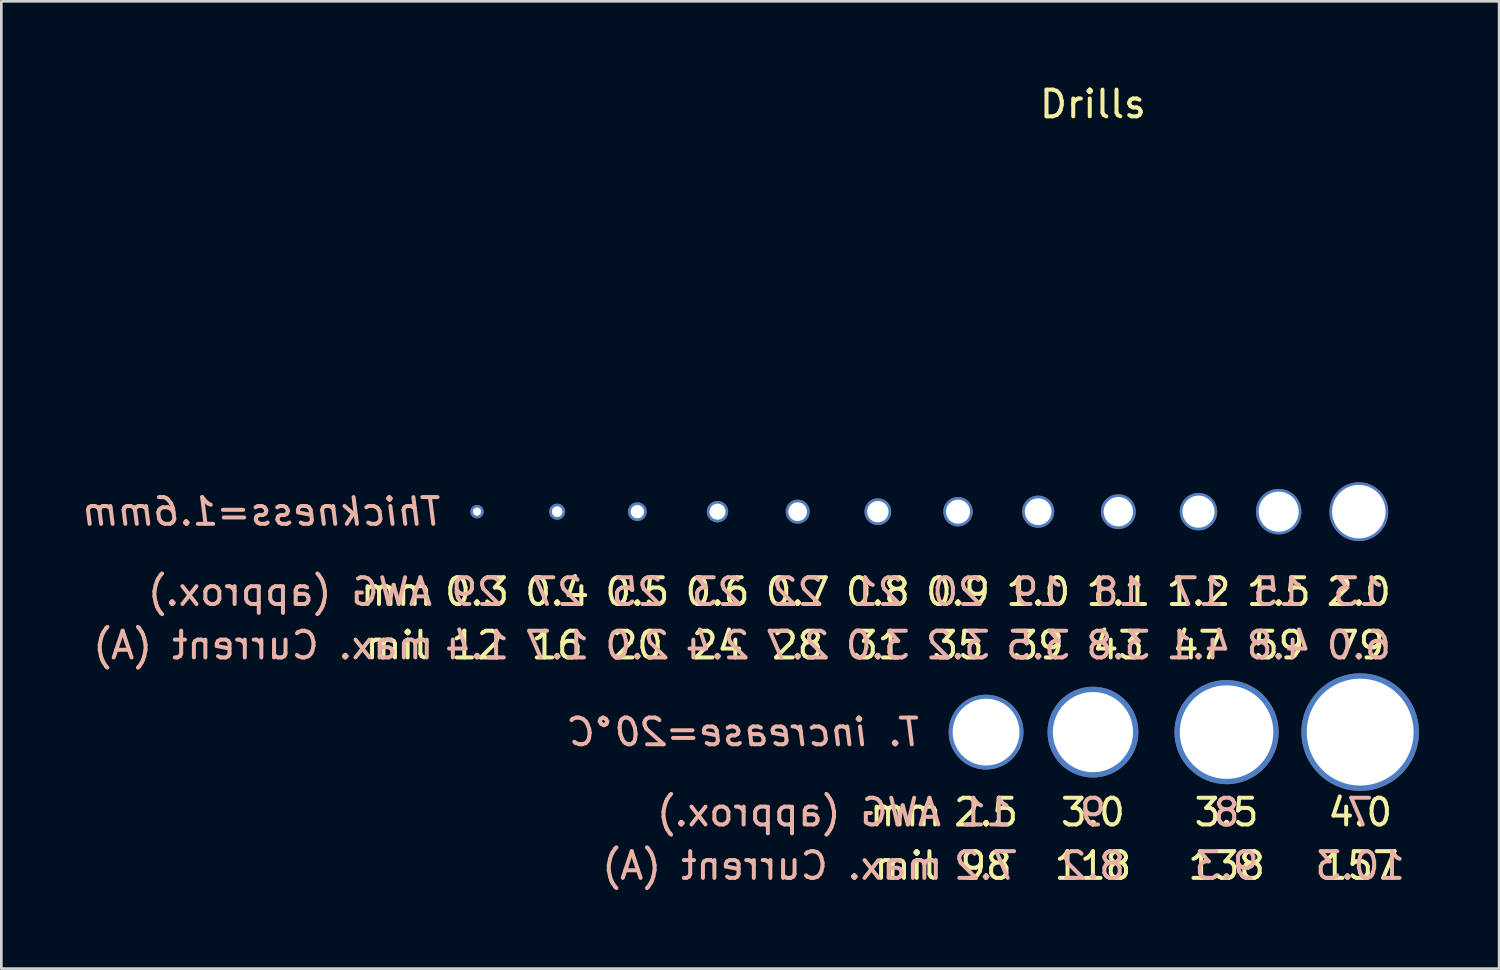
<source format=kicad_pcb>
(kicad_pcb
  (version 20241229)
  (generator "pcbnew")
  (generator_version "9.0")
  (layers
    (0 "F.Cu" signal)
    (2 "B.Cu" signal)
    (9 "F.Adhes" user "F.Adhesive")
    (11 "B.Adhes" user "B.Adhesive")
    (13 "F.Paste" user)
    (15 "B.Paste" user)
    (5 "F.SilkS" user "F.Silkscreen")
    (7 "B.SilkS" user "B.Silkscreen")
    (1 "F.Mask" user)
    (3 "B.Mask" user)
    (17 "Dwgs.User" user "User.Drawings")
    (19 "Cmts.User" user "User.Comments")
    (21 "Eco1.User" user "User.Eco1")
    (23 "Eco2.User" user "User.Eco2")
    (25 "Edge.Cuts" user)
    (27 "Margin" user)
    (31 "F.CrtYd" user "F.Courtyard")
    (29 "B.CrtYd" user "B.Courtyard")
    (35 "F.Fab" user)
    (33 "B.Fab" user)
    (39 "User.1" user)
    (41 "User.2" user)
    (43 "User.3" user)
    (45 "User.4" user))
  (footprint "Drills"
    (layer "F.Cu")
    (at 37.851 3.348)
    (property "Reference" "Drills" (at 0 -2.5 0) (layer "F.SilkS") (effects (font (size 1 1) (thickness 0.15))))
    (attr through_hole)
    (fp_text user "31" (at -8.05 17.75 0) (layer "F.SilkS") (effects (font (size 1 1) (thickness 0.15))))
    (fp_text user "2.5" (at -4 24 0) (layer "F.SilkS") (effects (font (size 1 1) (thickness 0.15))))
    (fp_text user "20" (at -17.05 17.75 0) (layer "F.SilkS") (effects (font (size 1 1) (thickness 0.15))))
    (fp_text user "mm" (at -7 24 0) (layer "F.SilkS") (effects (font (size 1 1) (thickness 0.15))))
    (fp_text user "1.5" (at 6.95 15.75 0) (layer "F.SilkS") (effects (font (size 1 1) (thickness 0.15))))
    (fp_text user "43" (at 0.95 17.75 0) (layer "F.SilkS") (effects (font (size 1 1) (thickness 0.15))))
    (fp_text user "0.6" (at -14.05 15.75 0) (layer "F.SilkS") (effects (font (size 1 1) (thickness 0.15))))
    (fp_text user "59" (at 6.95 17.75 0) (layer "F.SilkS") (effects (font (size 1 1) (thickness 0.15))))
    (fp_text user "0.4" (at -20.05 15.75 0) (layer "F.SilkS") (effects (font (size 1 1) (thickness 0.15))))
    (fp_text user "3.0" (at 0 24 0) (layer "F.SilkS") (effects (font (size 1 1) (thickness 0.15))))
    (fp_text user "1.2" (at 3.95 15.75 0) (layer "F.SilkS") (effects (font (size 1 1) (thickness 0.15))))
    (fp_text user "98" (at -4 26 0) (layer "F.SilkS") (effects (font (size 1 1) (thickness 0.15))))
    (fp_text user "24" (at -14.05 17.75 0) (layer "F.SilkS") (effects (font (size 1 1) (thickness 0.15))))
    (fp_text user "2.0" (at 9.95 15.75 0) (layer "F.SilkS") (effects (font (size 1 1) (thickness 0.15))))
    (fp_text user "16" (at -20.05 17.75 0) (layer "F.SilkS") (effects (font (size 1 1) (thickness 0.15))))
    (fp_text user "79" (at 9.95 17.75 0) (layer "F.SilkS") (effects (font (size 1 1) (thickness 0.15))))
    (fp_text user "mil" (at -26.05 17.75 0) (layer "F.SilkS") (effects (font (size 1 1) (thickness 0.15))))
    (fp_text user "1.0" (at -2.05 15.75 0) (layer "F.SilkS") (effects (font (size 1 1) (thickness 0.15))))
    (fp_text user "0.7" (at -11.05 15.75 0) (layer "F.SilkS") (effects (font (size 1 1) (thickness 0.15))))
    (fp_text user "0.5" (at -17.05 15.75 0) (layer "F.SilkS") (effects (font (size 1 1) (thickness 0.15))))
    (fp_text user "0.3" (at -23.05 15.75 0) (layer "F.SilkS") (effects (font (size 1 1) (thickness 0.15))))
    (fp_text user "28" (at -11.05 17.75 0) (layer "F.SilkS") (effects (font (size 1 1) (thickness 0.15))))
    (fp_text user "0.8" (at -8.05 15.75 0) (layer "F.SilkS") (effects (font (size 1 1) (thickness 0.15))))
    (fp_text user "mil" (at -7 26 0) (layer "F.SilkS") (effects (font (size 1 1) (thickness 0.15))))
    (fp_text user "12" (at -23.05 17.75 0) (layer "F.SilkS") (effects (font (size 1 1) (thickness 0.15))))
    (fp_text user "1.1" (at 0.95 15.75 0) (layer "F.SilkS") (effects (font (size 1 1) (thickness 0.15))))
    (fp_text user "35" (at -5.05 17.75 0) (layer "F.SilkS") (effects (font (size 1 1) (thickness 0.15))))
    (fp_text user "138" (at 5 26 0) (layer "F.SilkS") (effects (font (size 1 1) (thickness 0.15))))
    (fp_text user "4.0" (at 10 24 0) (layer "F.SilkS") (effects (font (size 1 1) (thickness 0.15))))
    (fp_text user "157" (at 10 26 0) (layer "F.SilkS") (effects (font (size 1 1) (thickness 0.15))))
    (fp_text user "118" (at 0 26 0) (layer "F.SilkS") (effects (font (size 1 1) (thickness 0.15))))
    (fp_text user "39" (at -2.05 17.75 0) (layer "F.SilkS") (effects (font (size 1 1) (thickness 0.15))))
    (fp_text user "0.9" (at -5.05 15.75 0) (layer "F.SilkS") (effects (font (size 1 1) (thickness 0.15))))
    (fp_text user "mm" (at -26.05 15.75 0) (layer "F.SilkS") (effects (font (size 1 1) (thickness 0.15))))
    (fp_text user "47" (at 3.95 17.75 0) (layer "F.SilkS") (effects (font (size 1 1) (thickness 0.15))))
    (fp_text user "3.5" (at 5 24 0) (layer "F.SilkS") (effects (font (size 1 1) (thickness 0.15))))
    (fp_text user "1.4" (at -23.05 17.75 0) (layer "B.SilkS") (effects (font (size 1 1) (thickness 0.15)) (justify mirror)))
    (fp_text user "4.8" (at 6.95 17.75 0) (layer "B.SilkS") (effects (font (size 1 1) (thickness 0.15)) (justify mirror)))
    (fp_text user "4.1" (at 3.95 17.75 0) (layer "B.SilkS") (effects (font (size 1 1) (thickness 0.15)) (justify mirror)))
    (fp_text user "13" (at 9.95 15.75 0) (layer "B.SilkS") (effects (font (size 1 1) (thickness 0.15)) (justify mirror)))
    (fp_text user "3.2" (at -5.05 17.75 0) (layer "B.SilkS") (effects (font (size 1 1) (thickness 0.15)) (justify mirror)))
    (fp_text user "8.2" (at 0 26 0) (layer "B.SilkS") (effects (font (size 1 1) (thickness 0.15)) (justify mirror)))
    (fp_text user "2.7" (at -11.05 17.75 0) (layer "B.SilkS") (effects (font (size 1 1) (thickness 0.15)) (justify mirror)))
    (fp_text user "Thickness=1.6mm" (at -31.05 12.75 0) (layer "B.SilkS") (effects (font (size 1 1) (thickness 0.15) (italic yes)) (justify mirror)))
    (fp_text user "7" (at 10 24 0) (layer "B.SilkS") (effects (font (size 1 1) (thickness 0.15)) (justify mirror)))
    (fp_text user "19" (at -2.05 15.75 0) (layer "B.SilkS") (effects (font (size 1 1) (thickness 0.15)) (justify mirror)))
    (fp_text user "10.3" (at 10 26 0) (layer "B.SilkS") (effects (font (size 1 1) (thickness 0.15)) (justify mirror)))
    (fp_text user "27" (at -20.05 15.75 0) (layer "B.SilkS") (effects (font (size 1 1) (thickness 0.15)) (justify mirror)))
    (fp_text user "2.0" (at -17.05 17.75 0) (layer "B.SilkS") (effects (font (size 1 1) (thickness 0.15)) (justify mirror)))
    (fp_text user "T. increase=20°C" (at -13 21 0) (layer "B.SilkS") (effects (font (size 1 1) (thickness 0.15) (italic yes)) (justify mirror)))
    (fp_text user "23" (at -14.05 15.75 0) (layer "B.SilkS") (effects (font (size 1 1) (thickness 0.15)) (justify mirror)))
    (fp_text user "3.5" (at -2.05 17.75 0) (layer "B.SilkS") (effects (font (size 1 1) (thickness 0.15)) (justify mirror)))
    (fp_text user "max. Current (A)" (at -12 26 0) (layer "B.SilkS") (effects (font (size 1 1) (thickness 0.15)) (justify mirror)))
    (fp_text user "25" (at -17.05 15.75 0) (layer "B.SilkS") (effects (font (size 1 1) (thickness 0.15)) (justify mirror)))
    (fp_text user "3.0" (at -8.05 17.75 0) (layer "B.SilkS") (effects (font (size 1 1) (thickness 0.15)) (justify mirror)))
    (fp_text user "29" (at -23.05 15.75 0) (layer "B.SilkS") (effects (font (size 1 1) (thickness 0.15)) (justify mirror)))
    (fp_text user "1.7" (at -20.05 17.75 0) (layer "B.SilkS") (effects (font (size 1 1) (thickness 0.15)) (justify mirror)))
    (fp_text user "8" (at 5 24 0) (layer "B.SilkS") (effects (font (size 1 1) (thickness 0.15)) (justify mirror)))
    (fp_text user "AWG (approx.)" (at -30.05 15.75 0) (layer "B.SilkS") (effects (font (size 1 1) (thickness 0.15)) (justify mirror)))
    (fp_text user "7.2" (at -4 26 0) (layer "B.SilkS") (effects (font (size 1 1) (thickness 0.15)) (justify mirror)))
    (fp_text user "20" (at -5.05 15.75 0) (layer "B.SilkS") (effects (font (size 1 1) (thickness 0.15)) (justify mirror)))
    (fp_text user "max. Current (A)" (at -31.05 17.75 0) (layer "B.SilkS") (effects (font (size 1 1) (thickness 0.15)) (justify mirror)))
    (fp_text user "11" (at -4 24 0) (layer "B.SilkS") (effects (font (size 1 1) (thickness 0.15)) (justify mirror)))
    (fp_text user "6.0" (at 9.95 17.75 0) (layer "B.SilkS") (effects (font (size 1 1) (thickness 0.15)) (justify mirror)))
    (fp_text user "22" (at -11.05 15.75 0) (layer "B.SilkS") (effects (font (size 1 1) (thickness 0.15)) (justify mirror)))
    (fp_text user "21" (at -8.05 15.75 0) (layer "B.SilkS") (effects (font (size 1 1) (thickness 0.15)) (justify mirror)))
    (fp_text user "3.8" (at 0.95 17.75 0) (layer "B.SilkS") (effects (font (size 1 1) (thickness 0.15)) (justify mirror)))
    (fp_text user "15" (at 6.95 15.75 0) (layer "B.SilkS") (effects (font (size 1 1) (thickness 0.15)) (justify mirror)))
    (fp_text user "17" (at 3.95 15.75 0) (layer "B.SilkS") (effects (font (size 1 1) (thickness 0.15)) (justify mirror)))
    (fp_text user "AWG (approx.)" (at -11 24 0) (layer "B.SilkS") (effects (font (size 1 1) (thickness 0.15)) (justify mirror)))
    (fp_text user "9" (at 0 24 0) (layer "B.SilkS") (effects (font (size 1 1) (thickness 0.15)) (justify mirror)))
    (fp_text user "18" (at 0.95 15.75 0) (layer "B.SilkS") (effects (font (size 1 1) (thickness 0.15)) (justify mirror)))
    (fp_text user "2.4" (at -14.05 17.75 0) (layer "B.SilkS") (effects (font (size 1 1) (thickness 0.15)) (justify mirror)))
    (fp_text user "9.3" (at 5 26 0) (layer "B.SilkS") (effects (font (size 1 1) (thickness 0.15)) (justify mirror)))
    (pad "" thru_hole circle (at -23.05 12.75) (size 0.5 0.5) (drill 0.305) (layers "*.Cu" "*.Mask"))
    (pad "" thru_hole circle (at -20.05 12.75) (size 0.6 0.6) (drill 0.4) (layers "*.Cu" "*.Mask"))
    (pad "" thru_hole circle (at -17.05 12.75) (size 0.7 0.7) (drill 0.5) (layers "*.Cu" "*.Mask"))
    (pad "" thru_hole circle (at -14.05 12.75) (size 0.8 0.8) (drill 0.6) (layers "*.Cu" "*.Mask"))
    (pad "" thru_hole circle (at -11.05 12.75) (size 0.9 0.9) (drill 0.7) (layers "*.Cu" "*.Mask"))
    (pad "" thru_hole circle (at -8.05 12.75) (size 1 1) (drill 0.8) (layers "*.Cu" "*.Mask"))
    (pad "" thru_hole circle (at -5.05 12.75) (size 1.1 1.1) (drill 0.9) (layers "*.Cu" "*.Mask"))
    (pad "" thru_hole circle (at -4 21) (size 2.8 2.8) (drill 2.5) (layers "*.Cu" "*.Mask"))
    (pad "" thru_hole circle (at -2.05 12.75) (size 1.2 1.2) (drill 1) (layers "*.Cu" "*.Mask"))
    (pad "" thru_hole circle (at 0 21) (size 3.4 3.4) (drill 3) (layers "*.Cu" "*.Mask"))
    (pad "" thru_hole circle (at 0.95 12.75) (size 1.3 1.3) (drill 1.1) (layers "*.Cu" "*.Mask"))
    (pad "" thru_hole circle (at 3.95 12.75) (size 1.4 1.4) (drill 1.2) (layers "*.Cu" "*.Mask"))
    (pad "" thru_hole circle (at 5 21) (size 3.9 3.9) (drill 3.5) (layers "*.Cu" "*.Mask"))
    (pad "" thru_hole circle (at 6.95 12.75) (size 1.7 1.7) (drill 1.5) (layers "*.Cu" "*.Mask"))
    (pad "" thru_hole circle (at 9.95 12.75) (size 2.2 2.2) (drill 2) (layers "*.Cu" "*.Mask"))
    (pad "" thru_hole circle (at 10 21) (size 4.4 4.4) (drill 4) (layers "*.Cu" "*.Mask")))
  (gr_rect
    (start -3 -3)
    (end 53.051 33.197)
    (stroke (width 0.1) (type default))
    (fill no)
    (layer "Edge.Cuts")))
</source>
